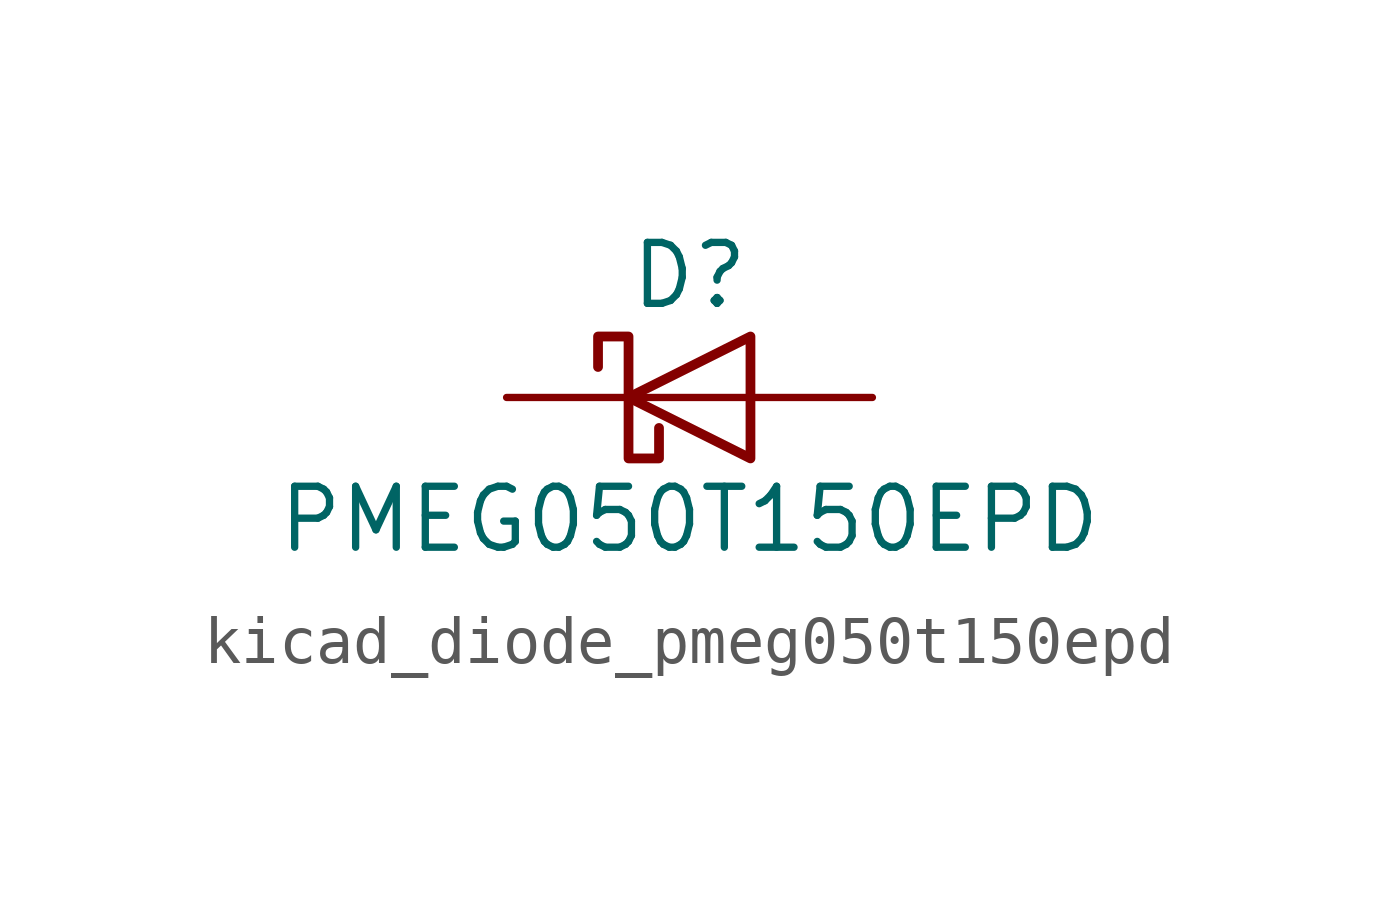
<source format=kicad_sym>
(kicad_symbol_lib
  (version 20220914)
  (generator kicad_symbol_editor)
  (symbol "kicad_diode_pmeg050t150epd"
    (pin_numbers hide)
    (pin_names hide)
    (property "Reference" "D"
      (at 0 2.54 0)
      (effects (font (size 1.27 1.27))))
    (property "Value" "PMEG050T150EPD"
      (at 0 -2.54 0)
      (effects (font (size 1.27 1.27))))
    (symbol "kicad_diode_pmeg050t150epd_0_1"
      (polyline (pts (xy 1.27 0) (xy -1.27 0)) (stroke (width 0) (type default)) (fill (type none)))
      (polyline (pts (xy 1.27 1.27) (xy 1.27 -1.27) (xy -1.27 0) (xy 1.27 1.27)) (stroke (width 0.203) (type default)) (fill (type none)))
      (polyline (pts (xy -1.905 0.635) (xy -1.905 1.27) (xy -1.27 1.27) (xy -1.27 -1.27) (xy -0.635 -1.27) (xy -0.635 -0.635)) (stroke (width 0.203) (type default)) (fill (type none))))
    (symbol "kicad_diode_pmeg050t150epd_1_1"
      (pin passive line (at 3.81 0 180) (length 2.54) (name "A" (effects (font (size 1.27 1.27)))) (number "1" (effects (font (size 1.27 1.27)))))
      (pin passive line (at 3.81 0 180) (length 2.54) hide (name "A" (effects (font (size 1.27 1.27)))) (number "2" (effects (font (size 1.27 1.27)))))
      (pin passive line (at -3.81 0 0) (length 2.54) (name "K" (effects (font (size 1.27 1.27)))) (number "3" (effects (font (size 1.27 1.27))))))))
</source>
